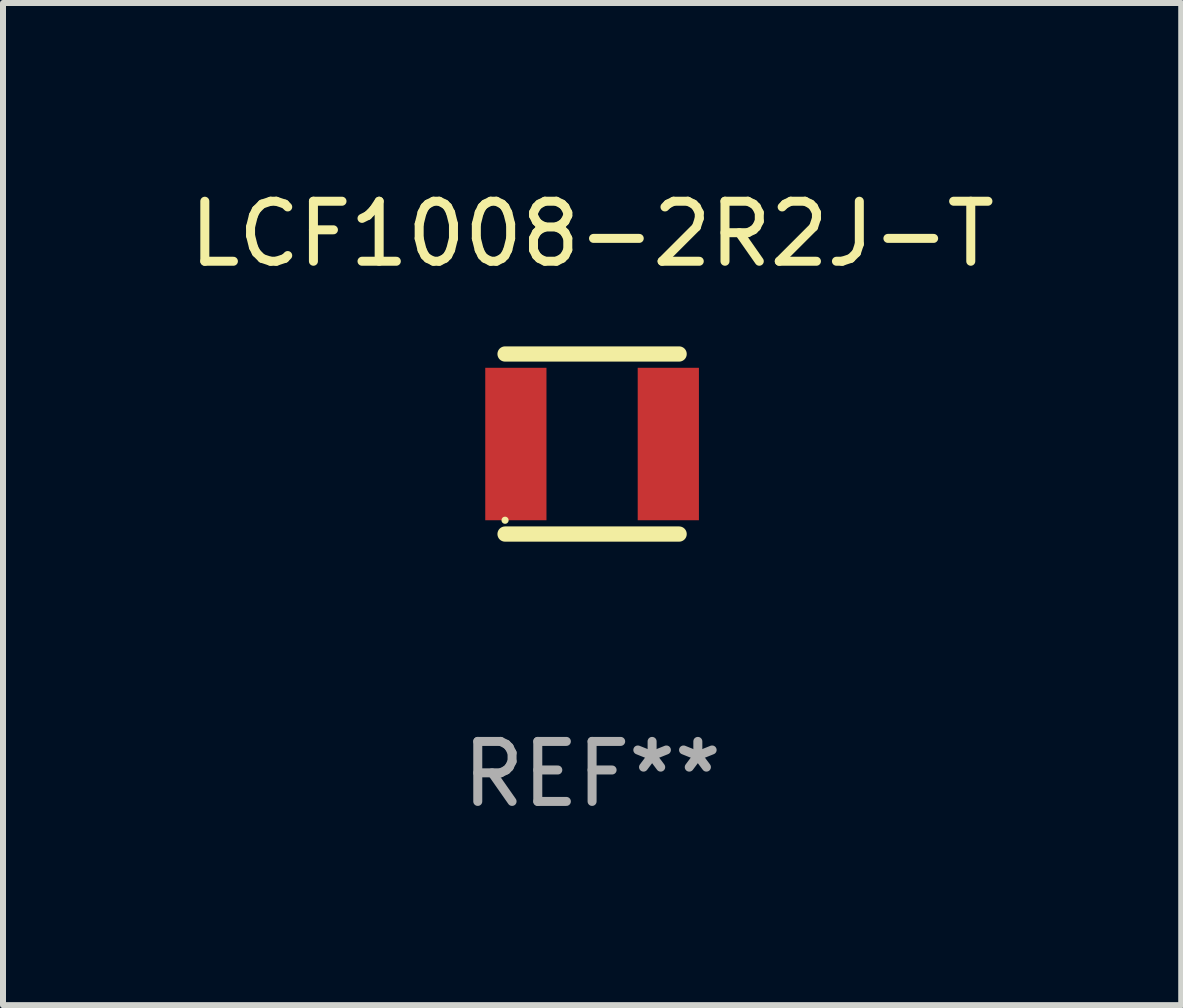
<source format=kicad_pcb>
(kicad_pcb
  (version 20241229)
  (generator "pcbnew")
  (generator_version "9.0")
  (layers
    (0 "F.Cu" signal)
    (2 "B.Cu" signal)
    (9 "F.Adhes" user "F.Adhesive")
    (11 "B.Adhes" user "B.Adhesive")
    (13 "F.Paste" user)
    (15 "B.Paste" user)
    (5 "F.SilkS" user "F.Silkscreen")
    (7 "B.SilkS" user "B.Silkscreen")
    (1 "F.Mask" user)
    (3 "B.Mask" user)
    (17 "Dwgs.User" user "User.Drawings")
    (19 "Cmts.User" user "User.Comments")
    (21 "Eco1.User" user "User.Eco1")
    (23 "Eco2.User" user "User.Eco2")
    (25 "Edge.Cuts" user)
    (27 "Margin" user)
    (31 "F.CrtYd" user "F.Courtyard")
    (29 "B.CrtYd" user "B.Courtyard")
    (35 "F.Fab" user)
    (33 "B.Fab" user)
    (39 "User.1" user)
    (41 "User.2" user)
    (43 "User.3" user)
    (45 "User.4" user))
  (footprint "LCF1008-2R2J-T"
    (layer "F.Cu")
    (at 6.815 4.348)
    (property "Reference" "LCF1008-2R2J-T" (at 0 -3.5 0) (layer "F.SilkS") (effects (font (size 1 1) (thickness 0.15))))
    (attr through_hole)
    (fp_line (start -1.45 -1.5) (end 1.45 -1.5) (stroke (width 0.254) (type solid)) (layer "F.SilkS"))
    (fp_line (start -1.45 1.5) (end 1.45 1.5) (stroke (width 0.254) (type solid)) (layer "F.SilkS"))
    (fp_circle (center -1.45 1.27) (end -1.42 1.27) (stroke (width 0.06) (type solid)) (fill no) (layer "F.SilkS"))
    (fp_text user "REF**" (at 0 5.5 0) (layer "F.Fab") (effects (font (size 1 1) (thickness 0.15))))
    (pad "1" smd rect (at -1.27 0 90) (size 2.54 1.02) (layers "F.Cu" "F.Mask" "F.Paste"))
    (pad "2" smd rect (at 1.27 0 90) (size 2.54 1.02) (layers "F.Cu" "F.Mask" "F.Paste")))
  (gr_rect
    (start -3 -3)
    (end 16.631 13.697)
    (stroke (width 0.1) (type default))
    (fill no)
    (layer "Edge.Cuts")))
</source>
